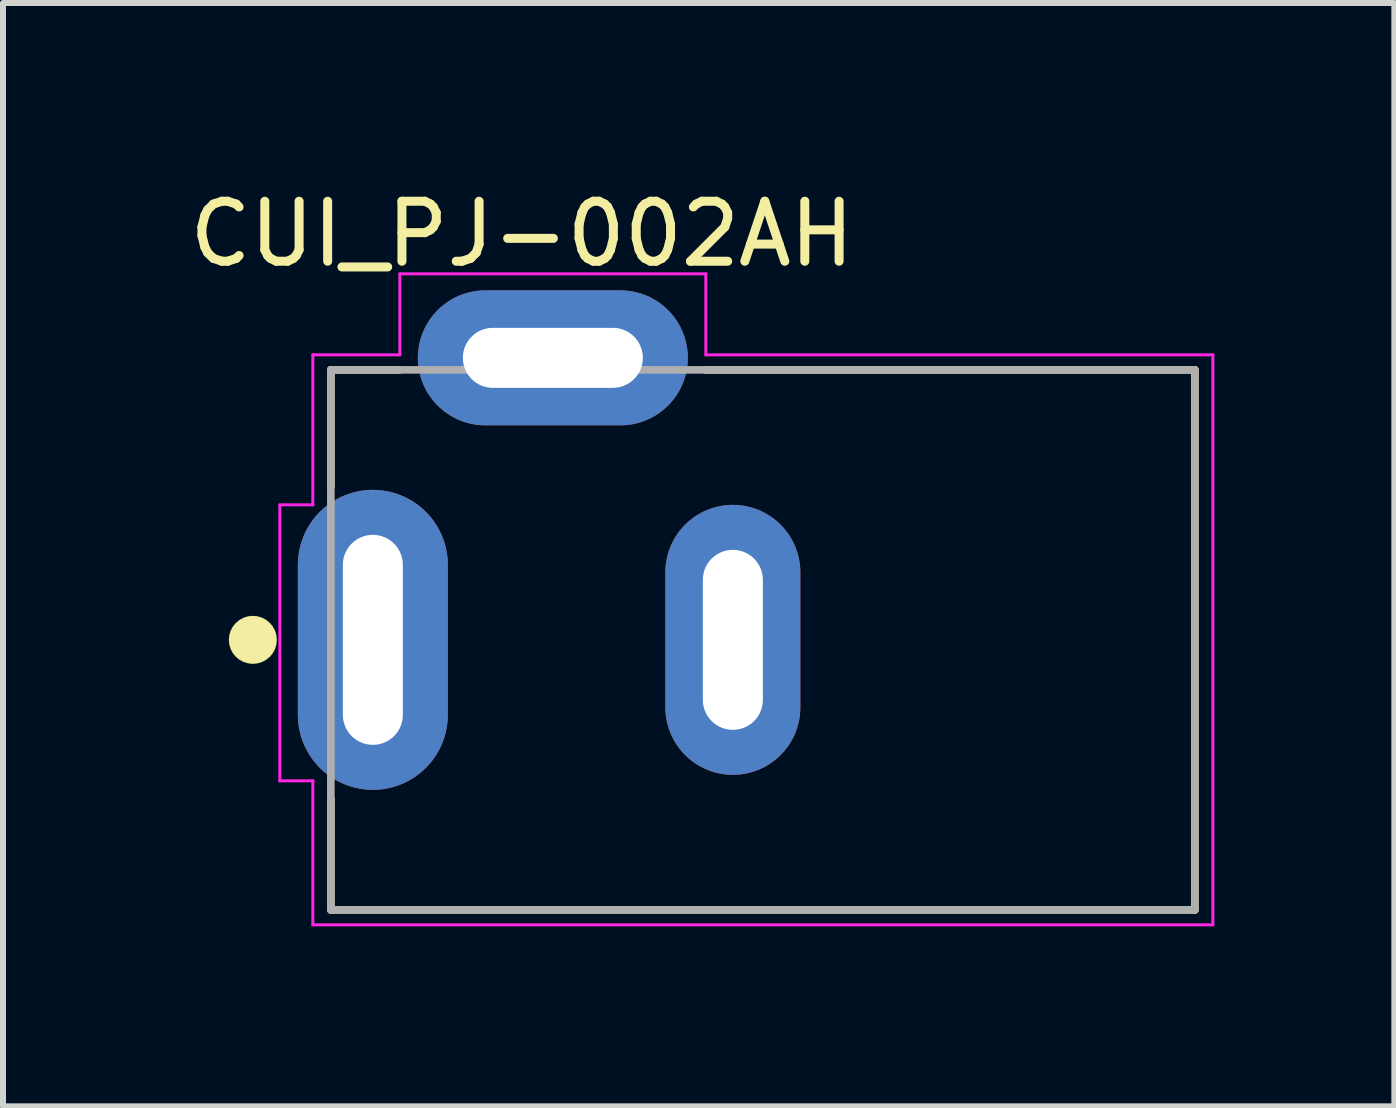
<source format=kicad_pcb>
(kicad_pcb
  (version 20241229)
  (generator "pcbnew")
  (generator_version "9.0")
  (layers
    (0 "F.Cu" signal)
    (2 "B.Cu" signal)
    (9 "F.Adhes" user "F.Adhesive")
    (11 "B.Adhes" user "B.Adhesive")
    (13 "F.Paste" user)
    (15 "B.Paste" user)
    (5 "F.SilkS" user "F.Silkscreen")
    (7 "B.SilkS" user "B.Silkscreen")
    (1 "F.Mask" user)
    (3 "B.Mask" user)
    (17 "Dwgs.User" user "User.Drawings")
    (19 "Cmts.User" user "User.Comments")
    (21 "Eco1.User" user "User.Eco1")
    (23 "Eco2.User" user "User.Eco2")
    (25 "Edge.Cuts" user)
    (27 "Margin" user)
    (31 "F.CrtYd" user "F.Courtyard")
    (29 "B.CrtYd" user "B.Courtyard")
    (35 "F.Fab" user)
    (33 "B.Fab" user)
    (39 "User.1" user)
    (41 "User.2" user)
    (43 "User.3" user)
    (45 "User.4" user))
  (footprint "CUI_PJ-002AH"
    (layer "F.Cu")
    (at 3.164 7.614)
    (property "Reference" "CUI_PJ-002AH" (at 2.485 -6.765 0) (layer "F.SilkS") (effects (font (size 1 1) (thickness 0.15))))
    (attr through_hole)
    (fp_line (start -0.7 -4.5) (end 0.45 -4.5) (stroke (width 0.127) (type solid)) (layer "F.SilkS"))
    (fp_line (start -0.7 -2.55) (end -0.7 -4.5) (stroke (width 0.127) (type solid)) (layer "F.SilkS"))
    (fp_line (start -0.7 4.5) (end -0.7 2.65) (stroke (width 0.127) (type solid)) (layer "F.SilkS"))
    (fp_line (start 5.55 -4.5) (end 13.7 -4.5) (stroke (width 0.127) (type solid)) (layer "F.SilkS"))
    (fp_line (start 13.7 -4.5) (end 13.7 4.5) (stroke (width 0.127) (type solid)) (layer "F.SilkS"))
    (fp_line (start 13.7 4.5) (end -0.7 4.5) (stroke (width 0.127) (type solid)) (layer "F.SilkS"))
    (fp_circle (center -2 0) (end -1.8 0) (stroke (width 0.4) (type solid)) (fill no) (layer "F.SilkS"))
    (fp_line (start -1.55 -2.25) (end -1.55 2.35) (stroke (width 0.05) (type solid)) (layer "F.CrtYd"))
    (fp_line (start -1.55 2.35) (end -1 2.35) (stroke (width 0.05) (type solid)) (layer "F.CrtYd"))
    (fp_line (start -1 -4.75) (end 0.45 -4.75) (stroke (width 0.05) (type solid)) (layer "F.CrtYd"))
    (fp_line (start -1 -2.25) (end -1.55 -2.25) (stroke (width 0.05) (type solid)) (layer "F.CrtYd"))
    (fp_line (start -1 -2.25) (end -1 -4.75) (stroke (width 0.05) (type solid)) (layer "F.CrtYd"))
    (fp_line (start -1 4.75) (end -1 2.35) (stroke (width 0.05) (type solid)) (layer "F.CrtYd"))
    (fp_line (start 0.45 -6.1) (end 5.55 -6.1) (stroke (width 0.05) (type solid)) (layer "F.CrtYd"))
    (fp_line (start 0.45 -4.75) (end 0.45 -6.1) (stroke (width 0.05) (type solid)) (layer "F.CrtYd"))
    (fp_line (start 5.55 -6.1) (end 5.55 -4.75) (stroke (width 0.05) (type solid)) (layer "F.CrtYd"))
    (fp_line (start 5.55 -4.75) (end 14 -4.75) (stroke (width 0.05) (type solid)) (layer "F.CrtYd"))
    (fp_line (start 14 -4.75) (end 14 4.75) (stroke (width 0.05) (type solid)) (layer "F.CrtYd"))
    (fp_line (start 14 4.75) (end -1 4.75) (stroke (width 0.05) (type solid)) (layer "F.CrtYd"))
    (fp_line (start -0.7 -4.5) (end 13.7 -4.5) (stroke (width 0.127) (type solid)) (layer "F.Fab"))
    (fp_line (start -0.7 4.5) (end -0.7 -4.5) (stroke (width 0.127) (type solid)) (layer "F.Fab"))
    (fp_line (start 13.7 -4.5) (end 13.7 4.5) (stroke (width 0.127) (type solid)) (layer "F.Fab"))
    (fp_line (start 13.7 4.5) (end -0.7 4.5) (stroke (width 0.127) (type solid)) (layer "F.Fab"))
    (pad "1" thru_hole oval (at 0 0) (size 2.5 5) (drill oval 1 3.5) (layers "*.Cu" "*.Mask"))
    (pad "2" thru_hole oval (at 6 0) (size 2.25 4.5) (drill oval 1 3) (layers "*.Cu" "*.Mask"))
    (pad "3" thru_hole oval (at 3 -4.7) (size 4.5 2.25) (drill oval 3 1) (layers "*.Cu" "*.Mask")))
  (gr_rect
    (start -3 -3)
    (end 20.189 15.389)
    (stroke (width 0.1) (type default))
    (fill no)
    (layer "Edge.Cuts")))
</source>
